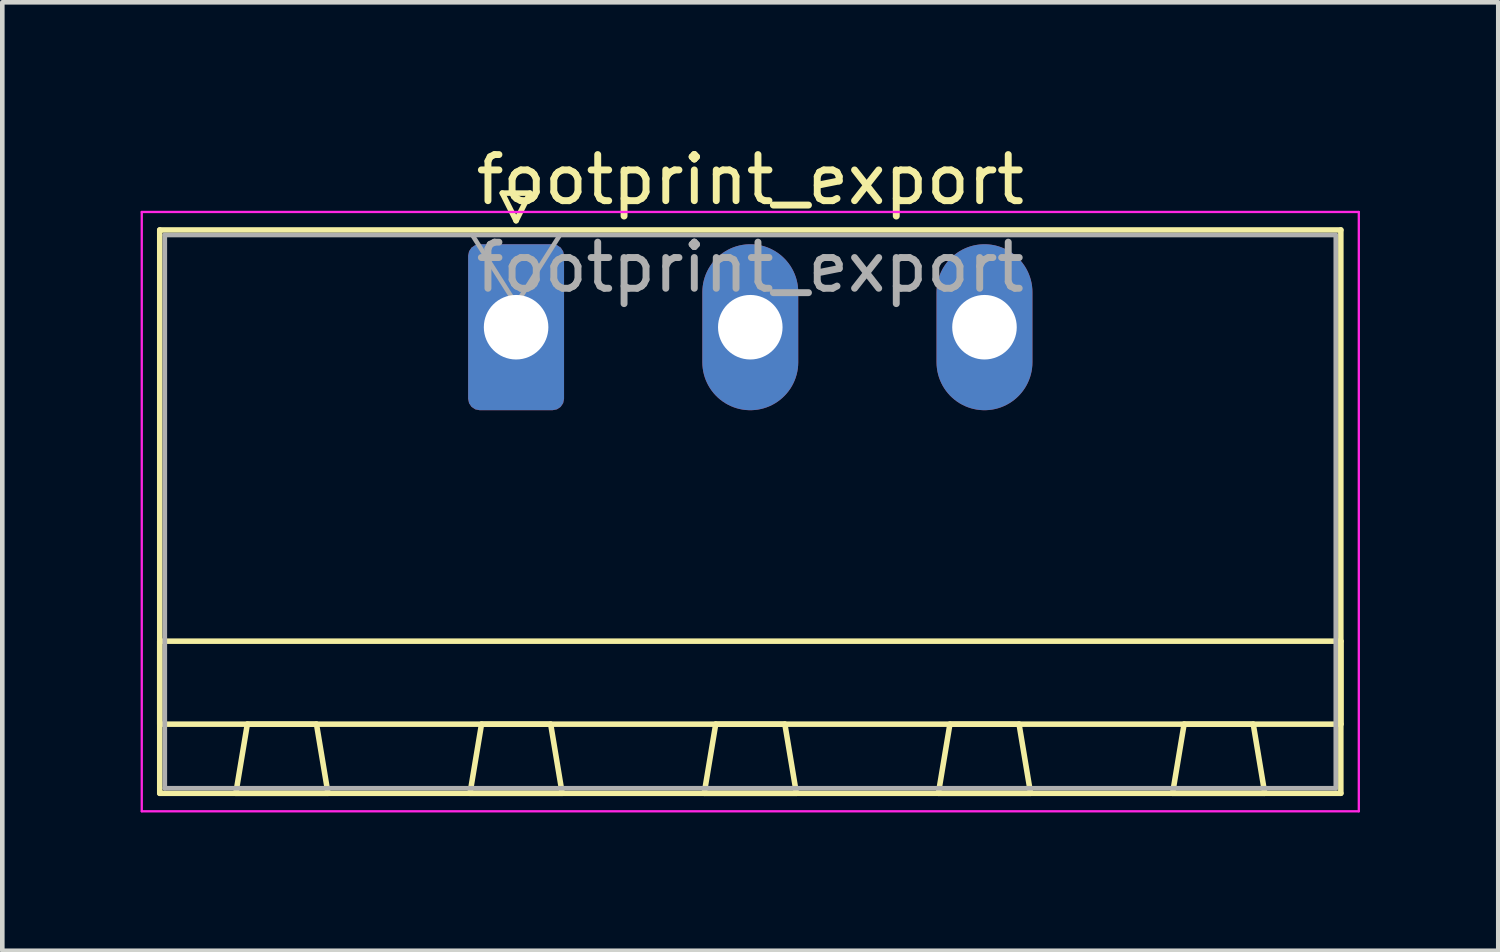
<source format=kicad_pcb>
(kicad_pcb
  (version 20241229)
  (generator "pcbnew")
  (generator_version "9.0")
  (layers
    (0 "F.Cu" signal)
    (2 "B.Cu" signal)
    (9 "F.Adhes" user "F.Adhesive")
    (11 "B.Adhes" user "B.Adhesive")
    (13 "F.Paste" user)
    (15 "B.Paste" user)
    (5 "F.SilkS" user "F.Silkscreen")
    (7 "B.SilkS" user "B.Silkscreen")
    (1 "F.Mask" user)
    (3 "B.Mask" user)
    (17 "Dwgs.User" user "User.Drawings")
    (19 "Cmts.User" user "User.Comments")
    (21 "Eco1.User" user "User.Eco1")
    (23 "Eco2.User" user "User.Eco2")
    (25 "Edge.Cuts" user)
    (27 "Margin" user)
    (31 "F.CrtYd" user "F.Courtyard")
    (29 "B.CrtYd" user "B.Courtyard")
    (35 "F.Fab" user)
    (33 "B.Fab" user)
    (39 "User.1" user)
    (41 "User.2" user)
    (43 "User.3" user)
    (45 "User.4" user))
  (footprint "footprint_export"
    (layer "F.Cu")
    (at 8.145 4.048)
    (property "Reference" "footprint_export" (at 5.08 -3.2 0) (layer "F.SilkS") (effects (font (size 1 1) (thickness 0.15))))
    (attr through_hole)
    (fp_line (start -7.73 -2.11) (end -7.73 10.11) (stroke (width 0.12) (type solid)) (layer "F.SilkS"))
    (fp_line (start -7.73 6.81) (end 17.89 6.81) (stroke (width 0.12) (type solid)) (layer "F.SilkS"))
    (fp_line (start -7.73 8.61) (end -7.73 6.81) (stroke (width 0.12) (type solid)) (layer "F.SilkS"))
    (fp_line (start -7.73 10.11) (end 17.89 10.11) (stroke (width 0.12) (type solid)) (layer "F.SilkS"))
    (fp_line (start -6.08 10.11) (end -4.08 10.11) (stroke (width 0.12) (type solid)) (layer "F.SilkS"))
    (fp_line (start -5.83 8.61) (end -6.08 10.11) (stroke (width 0.12) (type solid)) (layer "F.SilkS"))
    (fp_line (start -4.33 8.61) (end -5.83 8.61) (stroke (width 0.12) (type solid)) (layer "F.SilkS"))
    (fp_line (start -4.08 10.11) (end -4.33 8.61) (stroke (width 0.12) (type solid)) (layer "F.SilkS"))
    (fp_line (start -1 10.11) (end 1 10.11) (stroke (width 0.12) (type solid)) (layer "F.SilkS"))
    (fp_line (start -0.75 8.61) (end -1 10.11) (stroke (width 0.12) (type solid)) (layer "F.SilkS"))
    (fp_line (start -0.3 -2.91) (end 0.3 -2.91) (stroke (width 0.12) (type solid)) (layer "F.SilkS"))
    (fp_line (start 0 -2.31) (end -0.3 -2.91) (stroke (width 0.12) (type solid)) (layer "F.SilkS"))
    (fp_line (start 0.3 -2.91) (end 0 -2.31) (stroke (width 0.12) (type solid)) (layer "F.SilkS"))
    (fp_line (start 0.75 8.61) (end -0.75 8.61) (stroke (width 0.12) (type solid)) (layer "F.SilkS"))
    (fp_line (start 1 10.11) (end 0.75 8.61) (stroke (width 0.12) (type solid)) (layer "F.SilkS"))
    (fp_line (start 4.08 10.11) (end 6.08 10.11) (stroke (width 0.12) (type solid)) (layer "F.SilkS"))
    (fp_line (start 4.33 8.61) (end 4.08 10.11) (stroke (width 0.12) (type solid)) (layer "F.SilkS"))
    (fp_line (start 5.83 8.61) (end 4.33 8.61) (stroke (width 0.12) (type solid)) (layer "F.SilkS"))
    (fp_line (start 6.08 10.11) (end 5.83 8.61) (stroke (width 0.12) (type solid)) (layer "F.SilkS"))
    (fp_line (start 9.16 10.11) (end 11.16 10.11) (stroke (width 0.12) (type solid)) (layer "F.SilkS"))
    (fp_line (start 9.41 8.61) (end 9.16 10.11) (stroke (width 0.12) (type solid)) (layer "F.SilkS"))
    (fp_line (start 10.91 8.61) (end 9.41 8.61) (stroke (width 0.12) (type solid)) (layer "F.SilkS"))
    (fp_line (start 11.16 10.11) (end 10.91 8.61) (stroke (width 0.12) (type solid)) (layer "F.SilkS"))
    (fp_line (start 14.24 10.11) (end 16.24 10.11) (stroke (width 0.12) (type solid)) (layer "F.SilkS"))
    (fp_line (start 14.49 8.61) (end 14.24 10.11) (stroke (width 0.12) (type solid)) (layer "F.SilkS"))
    (fp_line (start 15.99 8.61) (end 14.49 8.61) (stroke (width 0.12) (type solid)) (layer "F.SilkS"))
    (fp_line (start 16.24 10.11) (end 15.99 8.61) (stroke (width 0.12) (type solid)) (layer "F.SilkS"))
    (fp_line (start 17.89 -2.11) (end -7.73 -2.11) (stroke (width 0.12) (type solid)) (layer "F.SilkS"))
    (fp_line (start 17.89 6.81) (end 17.89 8.61) (stroke (width 0.12) (type solid)) (layer "F.SilkS"))
    (fp_line (start 17.89 8.61) (end -7.73 8.61) (stroke (width 0.12) (type solid)) (layer "F.SilkS"))
    (fp_line (start 17.89 10.11) (end 17.89 -2.11) (stroke (width 0.12) (type solid)) (layer "F.SilkS"))
    (fp_line (start -8.12 -2.5) (end -8.12 10.5) (stroke (width 0.05) (type solid)) (layer "F.CrtYd"))
    (fp_line (start -8.12 10.5) (end 18.28 10.5) (stroke (width 0.05) (type solid)) (layer "F.CrtYd"))
    (fp_line (start 18.28 -2.5) (end -8.12 -2.5) (stroke (width 0.05) (type solid)) (layer "F.CrtYd"))
    (fp_line (start 18.28 10.5) (end 18.28 -2.5) (stroke (width 0.05) (type solid)) (layer "F.CrtYd"))
    (fp_line (start -7.62 -2) (end -7.62 10) (stroke (width 0.1) (type solid)) (layer "F.Fab"))
    (fp_line (start -7.62 10) (end 17.78 10) (stroke (width 0.1) (type solid)) (layer "F.Fab"))
    (fp_line (start 0 -0.5) (end -0.95 -2) (stroke (width 0.1) (type solid)) (layer "F.Fab"))
    (fp_line (start 0.95 -2) (end 0 -0.5) (stroke (width 0.1) (type solid)) (layer "F.Fab"))
    (fp_line (start 17.78 -2) (end -7.62 -2) (stroke (width 0.1) (type solid)) (layer "F.Fab"))
    (fp_line (start 17.78 10) (end 17.78 -2) (stroke (width 0.1) (type solid)) (layer "F.Fab"))
    (fp_text user "${REFERENCE}" (at 5.08 -1.3 0) (layer "F.Fab") (effects (font (size 1 1) (thickness 0.15))))
    (pad "1" thru_hole roundrect (at 0 0) (size 2.08 3.6) (drill 1.4) (layers "*.Cu" "*.Mask") (roundrect_rratio 0.12))
    (pad "2" thru_hole oval (at 5.08 0) (size 2.08 3.6) (drill 1.4) (layers "*.Cu" "*.Mask"))
    (pad "3" thru_hole oval (at 10.16 0) (size 2.08 3.6) (drill 1.4) (layers "*.Cu" "*.Mask")))
  (gr_rect
    (start -3 -3)
    (end 29.45 17.573)
    (stroke (width 0.1) (type default))
    (fill no)
    (layer "Edge.Cuts")))
</source>
